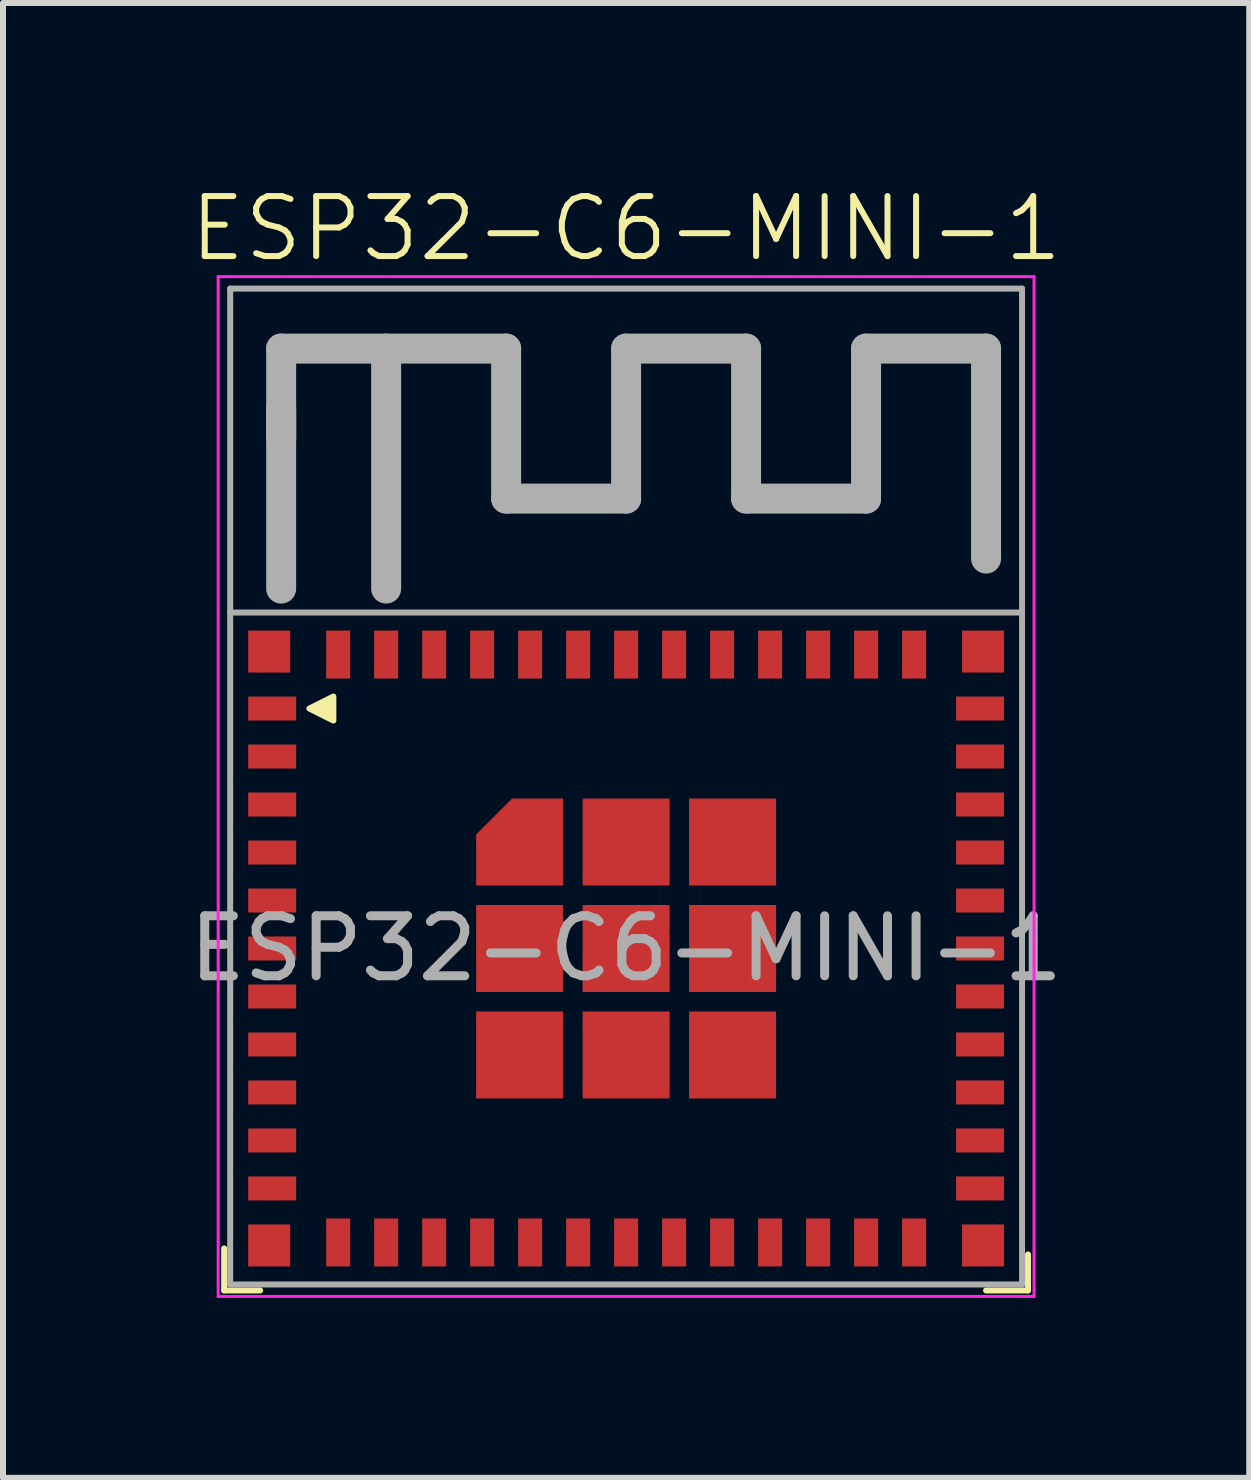
<source format=kicad_pcb>
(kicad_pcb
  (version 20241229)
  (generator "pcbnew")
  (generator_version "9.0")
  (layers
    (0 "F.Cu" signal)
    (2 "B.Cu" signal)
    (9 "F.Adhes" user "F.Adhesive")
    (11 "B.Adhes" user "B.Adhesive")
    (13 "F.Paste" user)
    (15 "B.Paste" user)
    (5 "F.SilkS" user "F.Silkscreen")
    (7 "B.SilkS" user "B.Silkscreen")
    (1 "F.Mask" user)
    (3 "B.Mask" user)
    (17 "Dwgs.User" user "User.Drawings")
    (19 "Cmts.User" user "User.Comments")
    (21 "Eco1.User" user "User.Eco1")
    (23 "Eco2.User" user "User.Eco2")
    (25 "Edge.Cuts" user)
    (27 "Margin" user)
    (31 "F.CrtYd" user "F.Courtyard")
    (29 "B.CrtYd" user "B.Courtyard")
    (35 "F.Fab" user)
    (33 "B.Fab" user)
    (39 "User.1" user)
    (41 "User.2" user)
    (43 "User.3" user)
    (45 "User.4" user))
  (footprint "ESP32-C6-MINI-1"
    (layer "F.Cu")
    (at 7.387 12.761)
    (property "Reference" "ESP32-C6-MINI-1" (at 0 -12 0) (unlocked yes) (layer "F.SilkS") (effects (font (size 1 1) (thickness 0.1))))
    (attr smd)
    (fp_line (start -6.7 5) (end -6.7 5.7) (stroke (width 0.1) (type default)) (layer "F.SilkS"))
    (fp_line (start -6.7 5.7) (end -6.1 5.7) (stroke (width 0.1) (type default)) (layer "F.SilkS"))
    (fp_line (start 6 5.7) (end 6.7 5.7) (stroke (width 0.1) (type default)) (layer "F.SilkS"))
    (fp_line (start 6.7 5.7) (end 6.7 5.1) (stroke (width 0.1) (type default)) (layer "F.SilkS"))
    (fp_poly (pts (xy -4.88 -4.2) (xy -5.28 -4) (xy -4.88 -3.8)) (stroke (width 0.1) (type solid)) (fill yes) (layer "F.SilkS"))
    (fp_line (start -6.8 -11.2) (end 6.7 -11.2) (stroke (width 0.05) (type default)) (layer "F.CrtYd"))
    (fp_line (start -6.8 5.8) (end -6.8 -11.2) (stroke (width 0.05) (type default)) (layer "F.CrtYd"))
    (fp_line (start 6.7 -11.2) (end 6.8 -11.2) (stroke (width 0.05) (type default)) (layer "F.CrtYd"))
    (fp_line (start 6.8 -11.2) (end 6.8 5.8) (stroke (width 0.05) (type default)) (layer "F.CrtYd"))
    (fp_line (start 6.8 5.8) (end -6.8 5.8) (stroke (width 0.05) (type default)) (layer "F.CrtYd"))
    (fp_line (start -6.6 -11) (end 6.6 -11) (stroke (width 0.1) (type default)) (layer "F.Fab"))
    (fp_line (start -6.6 -5.6) (end -6.6 -11) (stroke (width 0.1) (type default)) (layer "F.Fab"))
    (fp_line (start -6.6 -5.6) (end 6.6 -5.6) (stroke (width 0.1) (type default)) (layer "F.Fab"))
    (fp_line (start -6.6 5.6) (end -6.6 -5.6) (stroke (width 0.1) (type default)) (layer "F.Fab"))
    (fp_line (start -5.75 -10) (end -2 -10) (stroke (width 0.5) (type default)) (layer "F.Fab"))
    (fp_line (start -5.75 -8.5) (end -5.75 -10) (stroke (width 0.5) (type default)) (layer "F.Fab"))
    (fp_line (start -5.75 -6) (end -5.75 -9) (stroke (width 0.5) (type default)) (layer "F.Fab"))
    (fp_line (start -4 -6) (end -4 -10) (stroke (width 0.5) (type default)) (layer "F.Fab"))
    (fp_line (start -2 -10) (end -2 -7.5) (stroke (width 0.5) (type default)) (layer "F.Fab"))
    (fp_line (start -2 -7.5) (end 0 -7.5) (stroke (width 0.5) (type default)) (layer "F.Fab"))
    (fp_line (start 0 -10) (end 2 -10) (stroke (width 0.5) (type default)) (layer "F.Fab"))
    (fp_line (start 0 -7.5) (end 0 -10) (stroke (width 0.5) (type default)) (layer "F.Fab"))
    (fp_line (start 2 -10) (end 2 -7.5) (stroke (width 0.5) (type default)) (layer "F.Fab"))
    (fp_line (start 2 -7.5) (end 4 -7.5) (stroke (width 0.5) (type default)) (layer "F.Fab"))
    (fp_line (start 4 -10) (end 6 -10) (stroke (width 0.5) (type default)) (layer "F.Fab"))
    (fp_line (start 4 -7.5) (end 4 -10) (stroke (width 0.5) (type default)) (layer "F.Fab"))
    (fp_line (start 6 -10) (end 6 -6.5) (stroke (width 0.5) (type default)) (layer "F.Fab"))
    (fp_line (start 6.6 -11) (end 6.6 -5.6) (stroke (width 0.1) (type default)) (layer "F.Fab"))
    (fp_line (start 6.6 -5.6) (end 6.6 5.6) (stroke (width 0.1) (type default)) (layer "F.Fab"))
    (fp_line (start 6.6 5.6) (end -6.6 5.6) (stroke (width 0.1) (type default)) (layer "F.Fab"))
    (fp_text user "${REFERENCE}" (at 0 0 0) (unlocked yes) (layer "F.Fab") (effects (font (size 1 1) (thickness 0.15))))
    (pad "1" smd rect (at -5.9 -4 180) (size 0.8 0.4) (layers "F.Cu" "F.Mask" "F.Paste"))
    (pad "2" smd rect (at -5.9 -3.2 180) (size 0.8 0.4) (layers "F.Cu" "F.Mask" "F.Paste"))
    (pad "3" smd rect (at -5.9 -2.4 180) (size 0.8 0.4) (layers "F.Cu" "F.Mask" "F.Paste"))
    (pad "4" smd rect (at -5.9 -1.6 180) (size 0.8 0.4) (layers "F.Cu" "F.Mask" "F.Paste"))
    (pad "5" smd rect (at -5.9 -0.8 180) (size 0.8 0.4) (layers "F.Cu" "F.Mask" "F.Paste"))
    (pad "6" smd rect (at -5.9 0 180) (size 0.8 0.4) (layers "F.Cu" "F.Mask" "F.Paste"))
    (pad "7" smd rect (at -5.9 0.8 180) (size 0.8 0.4) (layers "F.Cu" "F.Mask" "F.Paste"))
    (pad "8" smd rect (at -5.9 1.6 180) (size 0.8 0.4) (layers "F.Cu" "F.Mask" "F.Paste"))
    (pad "9" smd rect (at -5.9 2.4 180) (size 0.8 0.4) (layers "F.Cu" "F.Mask" "F.Paste"))
    (pad "10" smd rect (at -5.9 3.2 180) (size 0.8 0.4) (layers "F.Cu" "F.Mask" "F.Paste"))
    (pad "11" smd rect (at -5.9 4 180) (size 0.8 0.4) (layers "F.Cu" "F.Mask" "F.Paste"))
    (pad "12" smd rect (at -4.8 4.9 90) (size 0.8 0.4) (layers "F.Cu" "F.Mask" "F.Paste"))
    (pad "13" smd rect (at -4 4.9 90) (size 0.8 0.4) (layers "F.Cu" "F.Mask" "F.Paste"))
    (pad "14" smd rect (at -3.2 4.9 90) (size 0.8 0.4) (layers "F.Cu" "F.Mask" "F.Paste"))
    (pad "15" smd rect (at -2.4 4.9 90) (size 0.8 0.4) (layers "F.Cu" "F.Mask" "F.Paste"))
    (pad "16" smd rect (at -1.6 4.9 90) (size 0.8 0.4) (layers "F.Cu" "F.Mask" "F.Paste"))
    (pad "17" smd rect (at -0.8 4.9 90) (size 0.8 0.4) (layers "F.Cu" "F.Mask" "F.Paste"))
    (pad "18" smd rect (at 0 4.9 90) (size 0.8 0.4) (layers "F.Cu" "F.Mask" "F.Paste"))
    (pad "19" smd rect (at 0.8 4.9 90) (size 0.8 0.4) (layers "F.Cu" "F.Mask" "F.Paste"))
    (pad "20" smd rect (at 1.6 4.9 90) (size 0.8 0.4) (layers "F.Cu" "F.Mask" "F.Paste"))
    (pad "21" smd rect (at 2.4 4.9 90) (size 0.8 0.4) (layers "F.Cu" "F.Mask" "F.Paste"))
    (pad "22" smd rect (at 3.2 4.9 90) (size 0.8 0.4) (layers "F.Cu" "F.Mask" "F.Paste"))
    (pad "23" smd rect (at 4 4.9 90) (size 0.8 0.4) (layers "F.Cu" "F.Mask" "F.Paste"))
    (pad "24" smd rect (at 4.8 4.9 90) (size 0.8 0.4) (layers "F.Cu" "F.Mask" "F.Paste"))
    (pad "25" smd rect (at 5.9 4 180) (size 0.8 0.4) (layers "F.Cu" "F.Mask" "F.Paste"))
    (pad "26" smd rect (at 5.9 3.2 180) (size 0.8 0.4) (layers "F.Cu" "F.Mask" "F.Paste"))
    (pad "27" smd rect (at 5.9 2.4 180) (size 0.8 0.4) (layers "F.Cu" "F.Mask" "F.Paste"))
    (pad "28" smd rect (at 5.9 1.6 180) (size 0.8 0.4) (layers "F.Cu" "F.Mask" "F.Paste"))
    (pad "29" smd rect (at 5.9 0.8 180) (size 0.8 0.4) (layers "F.Cu" "F.Mask" "F.Paste"))
    (pad "30" smd rect (at 5.9 0 180) (size 0.8 0.4) (layers "F.Cu" "F.Mask" "F.Paste"))
    (pad "31" smd rect (at 5.9 -0.8 180) (size 0.8 0.4) (layers "F.Cu" "F.Mask" "F.Paste"))
    (pad "32" smd rect (at 5.9 -1.6 180) (size 0.8 0.4) (layers "F.Cu" "F.Mask" "F.Paste"))
    (pad "33" smd rect (at 5.9 -2.4 180) (size 0.8 0.4) (layers "F.Cu" "F.Mask" "F.Paste"))
    (pad "34" smd rect (at 5.9 -3.2 180) (size 0.8 0.4) (layers "F.Cu" "F.Mask" "F.Paste"))
    (pad "35" smd rect (at 5.9 -4 180) (size 0.8 0.4) (layers "F.Cu" "F.Mask" "F.Paste"))
    (pad "36" smd rect (at 4.8 -4.9 90) (size 0.8 0.4) (layers "F.Cu" "F.Mask" "F.Paste"))
    (pad "37" smd rect (at 4 -4.9 90) (size 0.8 0.4) (layers "F.Cu" "F.Mask" "F.Paste"))
    (pad "38" smd rect (at 3.2 -4.9 90) (size 0.8 0.4) (layers "F.Cu" "F.Mask" "F.Paste"))
    (pad "39" smd rect (at 2.4 -4.9 90) (size 0.8 0.4) (layers "F.Cu" "F.Mask" "F.Paste"))
    (pad "40" smd rect (at 1.6 -4.9 90) (size 0.8 0.4) (layers "F.Cu" "F.Mask" "F.Paste"))
    (pad "41" smd rect (at 0.8 -4.9 90) (size 0.8 0.4) (layers "F.Cu" "F.Mask" "F.Paste"))
    (pad "42" smd rect (at 0 -4.9 90) (size 0.8 0.4) (layers "F.Cu" "F.Mask" "F.Paste"))
    (pad "43" smd rect (at -0.8 -4.9 90) (size 0.8 0.4) (layers "F.Cu" "F.Mask" "F.Paste"))
    (pad "44" smd rect (at -1.6 -4.9 90) (size 0.8 0.4) (layers "F.Cu" "F.Mask" "F.Paste"))
    (pad "45" smd rect (at -2.4 -4.9 90) (size 0.8 0.4) (layers "F.Cu" "F.Mask" "F.Paste"))
    (pad "46" smd rect (at -3.2 -4.9 90) (size 0.8 0.4) (layers "F.Cu" "F.Mask" "F.Paste"))
    (pad "47" smd rect (at -4 -4.9 90) (size 0.8 0.4) (layers "F.Cu" "F.Mask" "F.Paste"))
    (pad "48" smd rect (at -4.8 -4.9 90) (size 0.8 0.4) (layers "F.Cu" "F.Mask" "F.Paste"))
    (pad "49" smd rect (at -1.775 0 90) (size 1.45 1.45) (layers "F.Cu" "F.Mask" "F.Paste"))
    (pad "49" smd rect (at -1.775 1.775 90) (size 1.45 1.45) (layers "F.Cu" "F.Mask" "F.Paste"))
    (pad "49" smd custom (at -1.775 -1.452 90) (size 0.805 1.45) (layers "F.Cu" "F.Mask" "F.Paste") (options (anchor rect)) (primitives (gr_poly (pts (xy 0.403 -0.725) (xy 0.448 -0.725) (xy 1.048 -0.125) (xy 1.048 0.725) (xy 0.393 0.725) (xy 0.393 -0.725)) (width 0) (fill yes))))
    (pad "49" smd rect (at 0 -1.775 90) (size 1.45 1.45) (layers "F.Cu" "F.Mask" "F.Paste"))
    (pad "49" smd rect (at 0 0 90) (size 1.45 1.45) (layers "F.Cu" "F.Mask" "F.Paste"))
    (pad "49" smd rect (at 0 1.775 90) (size 1.45 1.45) (layers "F.Cu" "F.Mask" "F.Paste"))
    (pad "49" smd rect (at 1.775 -1.775 90) (size 1.45 1.45) (layers "F.Cu" "F.Mask" "F.Paste"))
    (pad "49" smd rect (at 1.775 0 90) (size 1.45 1.45) (layers "F.Cu" "F.Mask" "F.Paste"))
    (pad "49" smd rect (at 1.775 1.775 90) (size 1.45 1.45) (layers "F.Cu" "F.Mask" "F.Paste"))
    (pad "50" smd rect (at 5.95 -4.95 90) (size 0.7 0.7) (layers "F.Cu" "F.Mask" "F.Paste"))
    (pad "51" smd rect (at 5.95 4.95 90) (size 0.7 0.7) (layers "F.Cu" "F.Mask" "F.Paste"))
    (pad "52" smd rect (at -5.95 4.95 90) (size 0.7 0.7) (layers "F.Cu" "F.Mask" "F.Paste"))
    (pad "53" smd rect (at -5.95 -4.95 90) (size 0.7 0.7) (layers "F.Cu" "F.Mask" "F.Paste")))
  (gr_rect
    (start -3 -3)
    (end 17.774 21.585)
    (stroke (width 0.1) (type default))
    (fill no)
    (layer "Edge.Cuts")))
</source>
